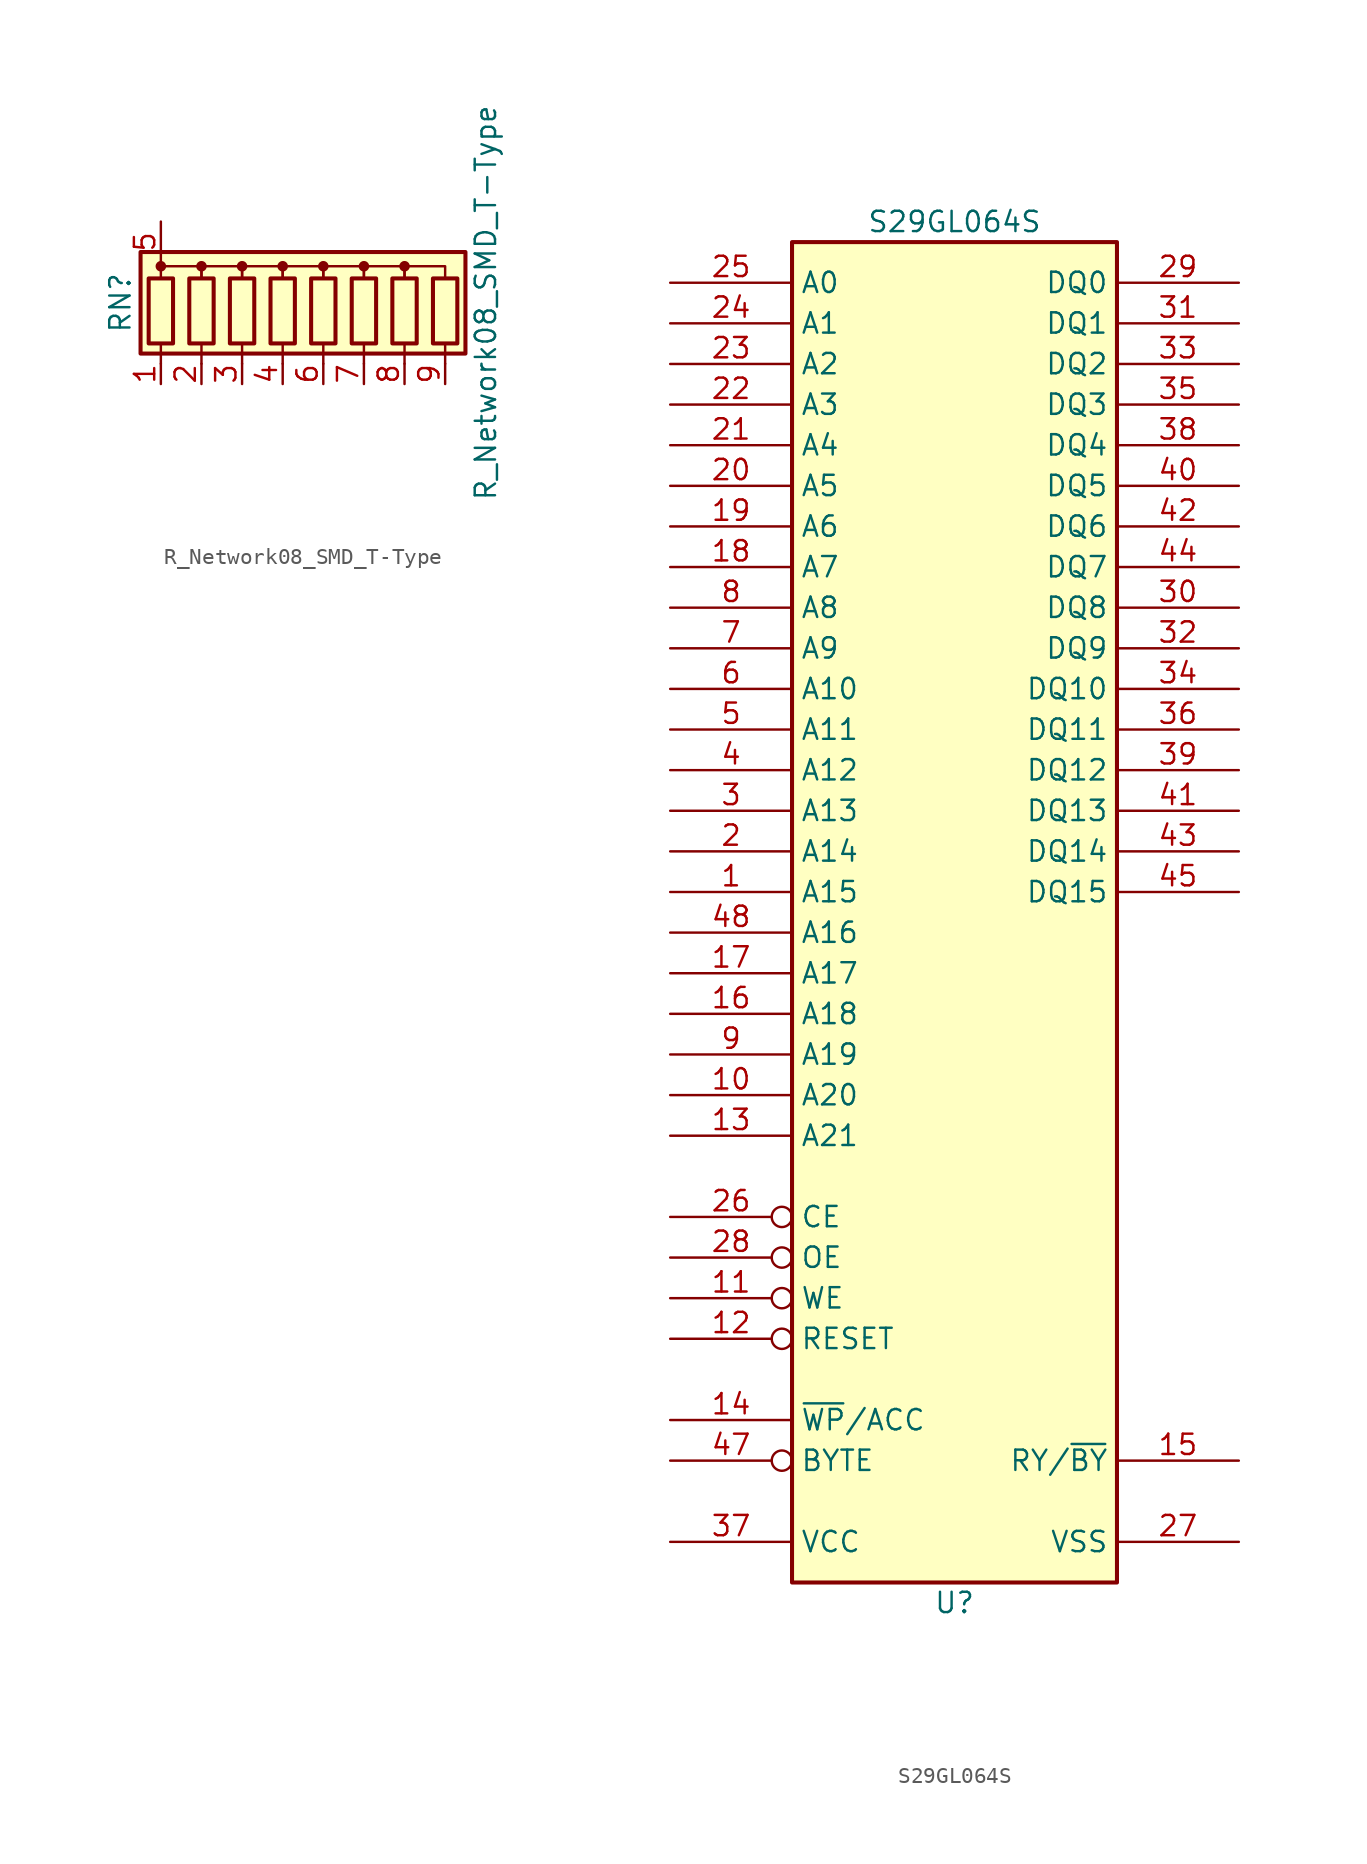
<source format=kicad_sym>
(kicad_symbol_lib
  (version 20241209)
  (generator "kicad_symbol_editor")
  (generator_version "9.0")
  (symbol "R_Network08_SMD_T-Type"
    (pin_names
      (offset 0)
      (hide yes))
    (property "Reference" "RN"
      (at -12.7 0 90)
      (effects (font (size 1.27 1.27))))
    (property "Value" "R_Network08_SMD_T-Type"
      (at 10.16 0 90)
      (effects (font (size 1.27 1.27))))
    (symbol "R_Network08_SMD_T-Type_0_1"
      (rectangle (start -11.43 -3.175) (end 8.89 3.175) (stroke (width 0.254) (type default)) (fill (type background)))
      (rectangle (start -10.922 1.524) (end -9.398 -2.54) (stroke (width 0.254) (type default)) (fill (type none)))
      (circle (center -10.16 2.286) (radius 0.254) (stroke (width 0) (type default)) (fill (type outline)))
      (polyline (pts (xy -10.16 1.524) (xy -10.16 2.286) (xy -7.62 2.286) (xy -7.62 1.524)) (stroke (width 0) (type default)) (fill (type none)))
      (polyline (pts (xy -10.16 -2.54) (xy -10.16 -3.81)) (stroke (width 0) (type default)) (fill (type none)))
      (rectangle (start -8.382 1.524) (end -6.858 -2.54) (stroke (width 0.254) (type default)) (fill (type none)))
      (circle (center -7.62 2.286) (radius 0.254) (stroke (width 0) (type default)) (fill (type outline)))
      (polyline (pts (xy -7.62 1.524) (xy -7.62 2.286) (xy -5.08 2.286) (xy -5.08 1.524)) (stroke (width 0) (type default)) (fill (type none)))
      (polyline (pts (xy -7.62 -2.54) (xy -7.62 -3.81)) (stroke (width 0) (type default)) (fill (type none)))
      (rectangle (start -5.842 1.524) (end -4.318 -2.54) (stroke (width 0.254) (type default)) (fill (type none)))
      (circle (center -5.08 2.286) (radius 0.254) (stroke (width 0) (type default)) (fill (type outline)))
      (polyline (pts (xy -5.08 1.524) (xy -5.08 2.286) (xy -2.54 2.286) (xy -2.54 1.524)) (stroke (width 0) (type default)) (fill (type none)))
      (polyline (pts (xy -5.08 -2.54) (xy -5.08 -3.81)) (stroke (width 0) (type default)) (fill (type none)))
      (rectangle (start -3.302 1.524) (end -1.778 -2.54) (stroke (width 0.254) (type default)) (fill (type none)))
      (circle (center -2.54 2.286) (radius 0.254) (stroke (width 0) (type default)) (fill (type outline)))
      (polyline (pts (xy -2.54 1.524) (xy -2.54 2.286) (xy 0 2.286) (xy 0 1.524)) (stroke (width 0) (type default)) (fill (type none)))
      (polyline (pts (xy -2.54 -2.54) (xy -2.54 -3.81)) (stroke (width 0) (type default)) (fill (type none)))
      (rectangle (start -0.762 1.524) (end 0.762 -2.54) (stroke (width 0.254) (type default)) (fill (type none)))
      (circle (center 0 2.286) (radius 0.254) (stroke (width 0) (type default)) (fill (type outline)))
      (polyline (pts (xy 0 1.524) (xy 0 2.286) (xy 2.54 2.286) (xy 2.54 1.524)) (stroke (width 0) (type default)) (fill (type none)))
      (polyline (pts (xy 0 -2.54) (xy 0 -3.81)) (stroke (width 0) (type default)) (fill (type none)))
      (rectangle (start 1.778 1.524) (end 3.302 -2.54) (stroke (width 0.254) (type default)) (fill (type none)))
      (circle (center 2.54 2.286) (radius 0.254) (stroke (width 0) (type default)) (fill (type outline)))
      (polyline (pts (xy 2.54 1.524) (xy 2.54 2.286) (xy 5.08 2.286) (xy 5.08 1.524)) (stroke (width 0) (type default)) (fill (type none)))
      (polyline (pts (xy 2.54 -2.54) (xy 2.54 -3.81)) (stroke (width 0) (type default)) (fill (type none)))
      (rectangle (start 4.318 1.524) (end 5.842 -2.54) (stroke (width 0.254) (type default)) (fill (type none)))
      (circle (center 5.08 2.286) (radius 0.254) (stroke (width 0) (type default)) (fill (type outline)))
      (polyline (pts (xy 5.08 1.524) (xy 5.08 2.286) (xy 7.62 2.286) (xy 7.62 1.524)) (stroke (width 0) (type default)) (fill (type none)))
      (polyline (pts (xy 5.08 -2.54) (xy 5.08 -3.81)) (stroke (width 0) (type default)) (fill (type none)))
      (rectangle (start 6.858 1.524) (end 8.382 -2.54) (stroke (width 0.254) (type default)) (fill (type none)))
      (polyline (pts (xy 7.62 -2.54) (xy 7.62 -3.81)) (stroke (width 0) (type default)) (fill (type none))))
    (symbol "R_Network08_SMD_T-Type_1_1"
      (pin passive line (at -10.16 5.08 270) (length 2.54) (hide yes) (name "common" (effects (font (size 1.27 1.27)))) (number "10" (effects (font (size 1.27 1.27)))))
      (pin passive line (at -10.16 5.08 270) (length 2.54) (name "common" (effects (font (size 1.27 1.27)))) (number "5" (effects (font (size 1.27 1.27)))))
      (pin passive line (at -10.16 -5.08 90) (length 1.27) (name "R1" (effects (font (size 1.27 1.27)))) (number "1" (effects (font (size 1.27 1.27)))))
      (pin passive line (at -7.62 -5.08 90) (length 1.27) (name "R2" (effects (font (size 1.27 1.27)))) (number "2" (effects (font (size 1.27 1.27)))))
      (pin passive line (at -5.08 -5.08 90) (length 1.27) (name "R3" (effects (font (size 1.27 1.27)))) (number "3" (effects (font (size 1.27 1.27)))))
      (pin passive line (at -2.54 -5.08 90) (length 1.27) (name "R4" (effects (font (size 1.27 1.27)))) (number "4" (effects (font (size 1.27 1.27)))))
      (pin passive line (at 0 -5.08 90) (length 1.27) (name "R5" (effects (font (size 1.27 1.27)))) (number "6" (effects (font (size 1.27 1.27)))))
      (pin passive line (at 2.54 -5.08 90) (length 1.27) (name "R6" (effects (font (size 1.27 1.27)))) (number "7" (effects (font (size 1.27 1.27)))))
      (pin passive line (at 5.08 -5.08 90) (length 1.27) (name "R7" (effects (font (size 1.27 1.27)))) (number "8" (effects (font (size 1.27 1.27)))))
      (pin passive line (at 7.62 -5.08 90) (length 1.27) (name "R8" (effects (font (size 1.27 1.27)))) (number "9" (effects (font (size 1.27 1.27)))))))
  (symbol "S29GL064S"
    (property "Reference" "U"
      (at 0 -43.18 0)
      (effects (font (size 1.27 1.27))))
    (property "Value" "S29GL064S"
      (at 0 43.18 0)
      (effects (font (size 1.27 1.27))))
    (symbol "S29GL064S_0_1"
      (rectangle (start -10.16 41.91) (end 10.16 -41.91) (stroke (width 0.254) (type default)) (fill (type background))))
    (symbol "S29GL064S_1_1"
      (pin input line (at -17.78 39.37 0) (length 7.62) (name "A0" (effects (font (size 1.27 1.27)))) (number "25" (effects (font (size 1.27 1.27)))))
      (pin input line (at -17.78 36.83 0) (length 7.62) (name "A1" (effects (font (size 1.27 1.27)))) (number "24" (effects (font (size 1.27 1.27)))))
      (pin input line (at -17.78 34.29 0) (length 7.62) (name "A2" (effects (font (size 1.27 1.27)))) (number "23" (effects (font (size 1.27 1.27)))))
      (pin input line (at -17.78 31.75 0) (length 7.62) (name "A3" (effects (font (size 1.27 1.27)))) (number "22" (effects (font (size 1.27 1.27)))))
      (pin input line (at -17.78 29.21 0) (length 7.62) (name "A4" (effects (font (size 1.27 1.27)))) (number "21" (effects (font (size 1.27 1.27)))))
      (pin input line (at -17.78 26.67 0) (length 7.62) (name "A5" (effects (font (size 1.27 1.27)))) (number "20" (effects (font (size 1.27 1.27)))))
      (pin input line (at -17.78 24.13 0) (length 7.62) (name "A6" (effects (font (size 1.27 1.27)))) (number "19" (effects (font (size 1.27 1.27)))))
      (pin input line (at -17.78 21.59 0) (length 7.62) (name "A7" (effects (font (size 1.27 1.27)))) (number "18" (effects (font (size 1.27 1.27)))))
      (pin input line (at -17.78 19.05 0) (length 7.62) (name "A8" (effects (font (size 1.27 1.27)))) (number "8" (effects (font (size 1.27 1.27)))))
      (pin input line (at -17.78 16.51 0) (length 7.62) (name "A9" (effects (font (size 1.27 1.27)))) (number "7" (effects (font (size 1.27 1.27)))))
      (pin input line (at -17.78 13.97 0) (length 7.62) (name "A10" (effects (font (size 1.27 1.27)))) (number "6" (effects (font (size 1.27 1.27)))))
      (pin input line (at -17.78 11.43 0) (length 7.62) (name "A11" (effects (font (size 1.27 1.27)))) (number "5" (effects (font (size 1.27 1.27)))))
      (pin input line (at -17.78 8.89 0) (length 7.62) (name "A12" (effects (font (size 1.27 1.27)))) (number "4" (effects (font (size 1.27 1.27)))))
      (pin input line (at -17.78 6.35 0) (length 7.62) (name "A13" (effects (font (size 1.27 1.27)))) (number "3" (effects (font (size 1.27 1.27)))))
      (pin input line (at -17.78 3.81 0) (length 7.62) (name "A14" (effects (font (size 1.27 1.27)))) (number "2" (effects (font (size 1.27 1.27)))))
      (pin input line (at -17.78 1.27 0) (length 7.62) (name "A15" (effects (font (size 1.27 1.27)))) (number "1" (effects (font (size 1.27 1.27)))))
      (pin input line (at -17.78 -1.27 0) (length 7.62) (name "A16" (effects (font (size 1.27 1.27)))) (number "48" (effects (font (size 1.27 1.27)))))
      (pin input line (at -17.78 -3.81 0) (length 7.62) (name "A17" (effects (font (size 1.27 1.27)))) (number "17" (effects (font (size 1.27 1.27)))) (alternate "NC" passive line))
      (pin input line (at -17.78 -6.35 0) (length 7.62) (name "A18" (effects (font (size 1.27 1.27)))) (number "16" (effects (font (size 1.27 1.27)))) (alternate "NC" passive line))
      (pin input line (at -17.78 -8.89 0) (length 7.62) (name "A19" (effects (font (size 1.27 1.27)))) (number "9" (effects (font (size 1.27 1.27)))) (alternate "NC" passive line))
      (pin input line (at -17.78 -11.43 0) (length 7.62) (name "A20" (effects (font (size 1.27 1.27)))) (number "10" (effects (font (size 1.27 1.27)))) (alternate "NC" passive line))
      (pin input line (at -17.78 -13.97 0) (length 7.62) (name "A21" (effects (font (size 1.27 1.27)))) (number "13" (effects (font (size 1.27 1.27)))) (alternate "NC" passive line))
      (pin input inverted (at -17.78 -19.05 0) (length 7.62) (name "CE" (effects (font (size 1.27 1.27)))) (number "26" (effects (font (size 1.27 1.27)))))
      (pin input inverted (at -17.78 -21.59 0) (length 7.62) (name "OE" (effects (font (size 1.27 1.27)))) (number "28" (effects (font (size 1.27 1.27)))))
      (pin input inverted (at -17.78 -24.13 0) (length 7.62) (name "WE" (effects (font (size 1.27 1.27)))) (number "11" (effects (font (size 1.27 1.27)))))
      (pin input inverted (at -17.78 -26.67 0) (length 7.62) (name "RESET" (effects (font (size 1.27 1.27)))) (number "12" (effects (font (size 1.27 1.27)))))
      (pin input line (at -17.78 -31.75 0) (length 7.62) (name "~{WP}/ACC" (effects (font (size 1.27 1.27)))) (number "14" (effects (font (size 1.27 1.27)))) (alternate "NC" passive line) (alternate "~{WP}" input line))
      (pin input inverted (at -17.78 -34.29 0) (length 7.62) (name "BYTE" (effects (font (size 1.27 1.27)))) (number "47" (effects (font (size 1.27 1.27)))))
      (pin power_in line (at -17.78 -39.37 0) (length 7.62) (name "VCC" (effects (font (size 1.27 1.27)))) (number "37" (effects (font (size 1.27 1.27)))))
      (pin bidirectional line (at 17.78 39.37 180) (length 7.62) (name "DQ0" (effects (font (size 1.27 1.27)))) (number "29" (effects (font (size 1.27 1.27)))))
      (pin bidirectional line (at 17.78 36.83 180) (length 7.62) (name "DQ1" (effects (font (size 1.27 1.27)))) (number "31" (effects (font (size 1.27 1.27)))))
      (pin bidirectional line (at 17.78 34.29 180) (length 7.62) (name "DQ2" (effects (font (size 1.27 1.27)))) (number "33" (effects (font (size 1.27 1.27)))))
      (pin bidirectional line (at 17.78 31.75 180) (length 7.62) (name "DQ3" (effects (font (size 1.27 1.27)))) (number "35" (effects (font (size 1.27 1.27)))))
      (pin bidirectional line (at 17.78 29.21 180) (length 7.62) (name "DQ4" (effects (font (size 1.27 1.27)))) (number "38" (effects (font (size 1.27 1.27)))))
      (pin bidirectional line (at 17.78 26.67 180) (length 7.62) (name "DQ5" (effects (font (size 1.27 1.27)))) (number "40" (effects (font (size 1.27 1.27)))))
      (pin bidirectional line (at 17.78 24.13 180) (length 7.62) (name "DQ6" (effects (font (size 1.27 1.27)))) (number "42" (effects (font (size 1.27 1.27)))))
      (pin bidirectional line (at 17.78 21.59 180) (length 7.62) (name "DQ7" (effects (font (size 1.27 1.27)))) (number "44" (effects (font (size 1.27 1.27)))))
      (pin bidirectional line (at 17.78 19.05 180) (length 7.62) (name "DQ8" (effects (font (size 1.27 1.27)))) (number "30" (effects (font (size 1.27 1.27)))) (alternate "NC" passive line))
      (pin bidirectional line (at 17.78 16.51 180) (length 7.62) (name "DQ9" (effects (font (size 1.27 1.27)))) (number "32" (effects (font (size 1.27 1.27)))) (alternate "NC" passive line))
      (pin bidirectional line (at 17.78 13.97 180) (length 7.62) (name "DQ10" (effects (font (size 1.27 1.27)))) (number "34" (effects (font (size 1.27 1.27)))) (alternate "NC" passive line))
      (pin bidirectional line (at 17.78 11.43 180) (length 7.62) (name "DQ11" (effects (font (size 1.27 1.27)))) (number "36" (effects (font (size 1.27 1.27)))) (alternate "NC" passive line))
      (pin bidirectional line (at 17.78 8.89 180) (length 7.62) (name "DQ12" (effects (font (size 1.27 1.27)))) (number "39" (effects (font (size 1.27 1.27)))) (alternate "NC" passive line))
      (pin bidirectional line (at 17.78 6.35 180) (length 7.62) (name "DQ13" (effects (font (size 1.27 1.27)))) (number "41" (effects (font (size 1.27 1.27)))) (alternate "NC" passive line))
      (pin bidirectional line (at 17.78 3.81 180) (length 7.62) (name "DQ14" (effects (font (size 1.27 1.27)))) (number "43" (effects (font (size 1.27 1.27)))) (alternate "NC" passive line))
      (pin bidirectional line (at 17.78 1.27 180) (length 7.62) (name "DQ15" (effects (font (size 1.27 1.27)))) (number "45" (effects (font (size 1.27 1.27)))) (alternate "A-1" input line))
      (pin output line (at 17.78 -34.29 180) (length 7.62) (name "RY/~{BY}" (effects (font (size 1.27 1.27)))) (number "15" (effects (font (size 1.27 1.27)))))
      (pin power_in line (at 17.78 -39.37 180) (length 7.62) (name "VSS" (effects (font (size 1.27 1.27)))) (number "27" (effects (font (size 1.27 1.27)))))
      (pin passive line (at 17.78 -39.37 180) (length 7.62) (hide yes) (name "VSS" (effects (font (size 1.27 1.27)))) (number "46" (effects (font (size 1.27 1.27))))))))
</source>
